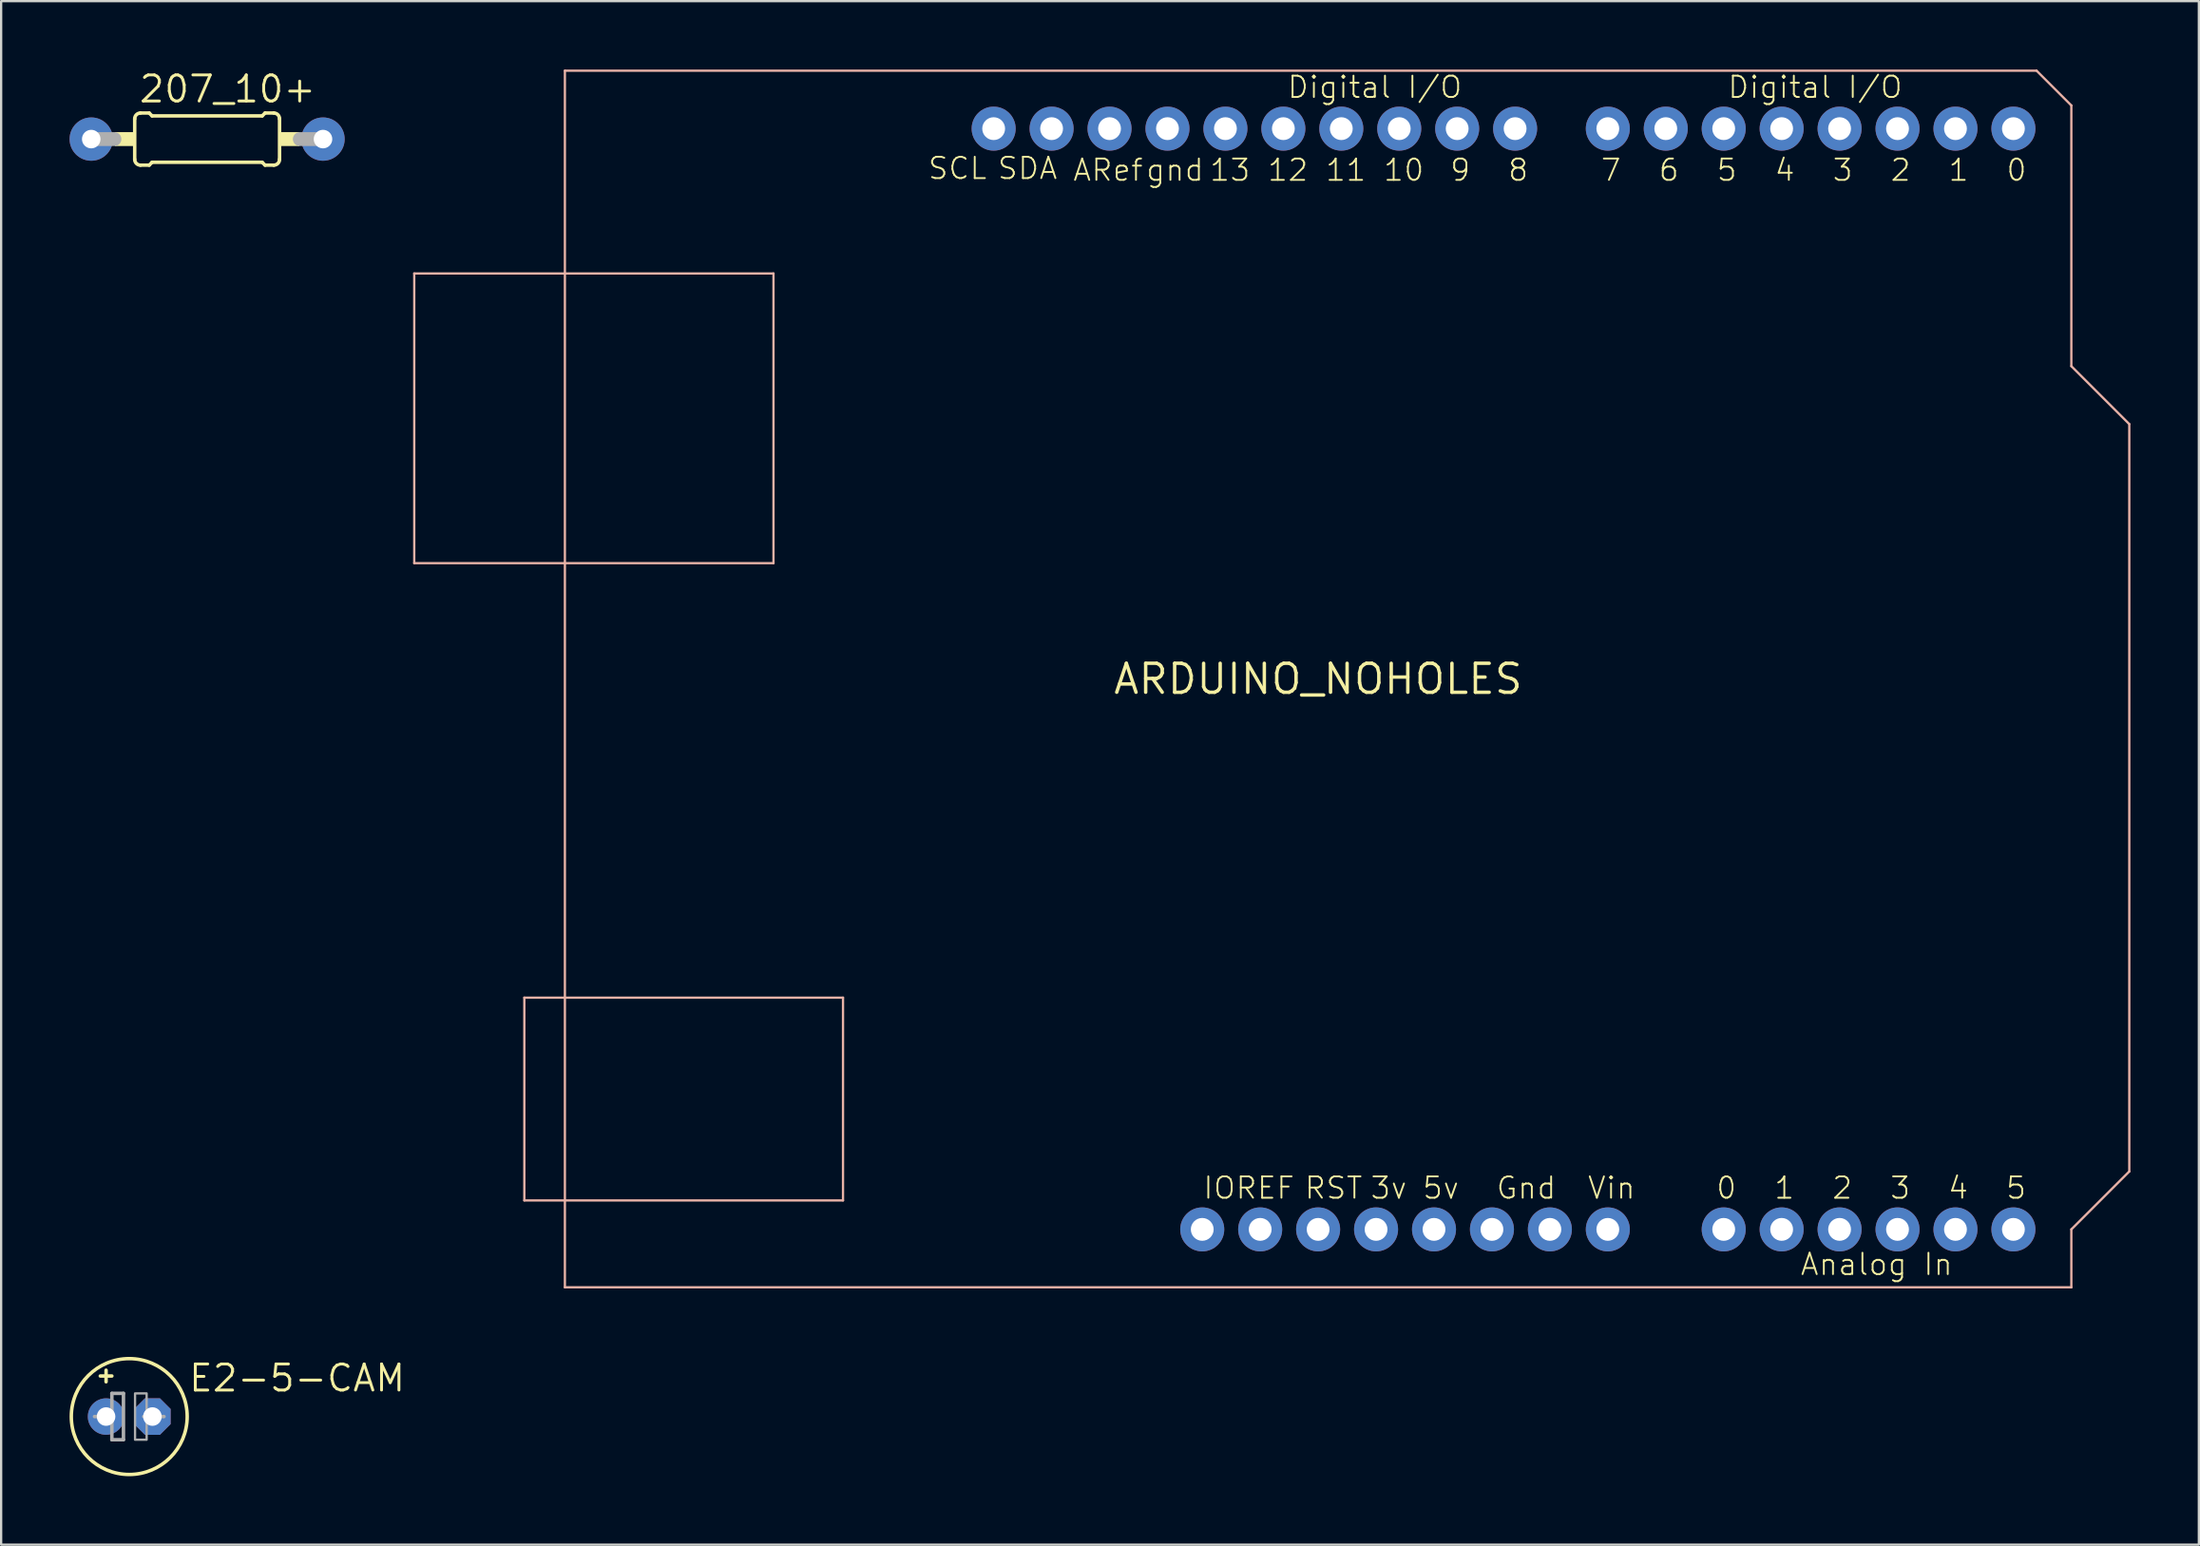
<source format=kicad_pcb>
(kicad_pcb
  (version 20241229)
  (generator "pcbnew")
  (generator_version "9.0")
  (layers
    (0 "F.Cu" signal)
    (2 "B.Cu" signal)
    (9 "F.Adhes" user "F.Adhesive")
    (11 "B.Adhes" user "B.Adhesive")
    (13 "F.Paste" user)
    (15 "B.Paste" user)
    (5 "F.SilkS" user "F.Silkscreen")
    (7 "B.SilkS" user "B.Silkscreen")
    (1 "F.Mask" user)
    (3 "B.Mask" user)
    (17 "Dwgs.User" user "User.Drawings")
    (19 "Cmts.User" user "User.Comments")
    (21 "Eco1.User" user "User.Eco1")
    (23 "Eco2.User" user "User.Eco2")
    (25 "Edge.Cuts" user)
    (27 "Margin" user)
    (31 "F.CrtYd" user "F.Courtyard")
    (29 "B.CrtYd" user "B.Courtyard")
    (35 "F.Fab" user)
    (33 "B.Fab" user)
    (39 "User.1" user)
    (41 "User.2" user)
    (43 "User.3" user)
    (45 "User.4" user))
  (footprint "207_10+"
    (layer "F.Cu")
    (at 6.03 3.048)
    (property "Reference" "207_10+" (at -3.048 -1.524 0) (layer "F.SilkS") (effects (font (size 1.143 1.143) (thickness 0.127)) (justify left bottom)))
    (fp_line (start -3.175 0.889) (end -3.175 -0.889) (stroke (width 0.152) (type solid)) (layer "F.SilkS"))
    (fp_line (start -2.921 -1.143) (end -2.54 -1.143) (stroke (width 0.152) (type solid)) (layer "F.SilkS"))
    (fp_line (start -2.921 1.143) (end -2.54 1.143) (stroke (width 0.152) (type solid)) (layer "F.SilkS"))
    (fp_line (start -2.413 -1.016) (end -2.54 -1.143) (stroke (width 0.152) (type solid)) (layer "F.SilkS"))
    (fp_line (start -2.413 1.016) (end -2.54 1.143) (stroke (width 0.152) (type solid)) (layer "F.SilkS"))
    (fp_line (start 2.413 -1.016) (end -2.413 -1.016) (stroke (width 0.152) (type solid)) (layer "F.SilkS"))
    (fp_line (start 2.413 -1.016) (end 2.54 -1.143) (stroke (width 0.152) (type solid)) (layer "F.SilkS"))
    (fp_line (start 2.413 1.016) (end -2.413 1.016) (stroke (width 0.152) (type solid)) (layer "F.SilkS"))
    (fp_line (start 2.413 1.016) (end 2.54 1.143) (stroke (width 0.152) (type solid)) (layer "F.SilkS"))
    (fp_line (start 2.921 -1.143) (end 2.54 -1.143) (stroke (width 0.152) (type solid)) (layer "F.SilkS"))
    (fp_line (start 2.921 1.143) (end 2.54 1.143) (stroke (width 0.152) (type solid)) (layer "F.SilkS"))
    (fp_line (start 3.175 0.889) (end 3.175 -0.889) (stroke (width 0.152) (type solid)) (layer "F.SilkS"))
    (fp_arc (start -3.175 -0.889) (mid -3.100605 -1.068605) (end -2.921 -1.143) (stroke (width 0.1524) (type solid)) (layer "F.SilkS"))
    (fp_arc (start -2.921 1.143) (mid -3.100605 1.068605) (end -3.175 0.889) (stroke (width 0.1524) (type solid)) (layer "F.SilkS"))
    (fp_arc (start 2.921 -1.143) (mid 3.100605 -1.068605) (end 3.175 -0.889) (stroke (width 0.1524) (type solid)) (layer "F.SilkS"))
    (fp_arc (start 3.175 0.889) (mid 3.100605 1.068605) (end 2.921 1.143) (stroke (width 0.1524) (type solid)) (layer "F.SilkS"))
    (fp_poly (pts (xy -4.039 0.305) (xy -3.175 0.305) (xy -3.175 -0.305) (xy -4.039 -0.305)) (stroke (width 0) (type default)) (fill yes) (layer "F.SilkS"))
    (fp_poly (pts (xy 3.175 0.305) (xy 4.039 0.305) (xy 4.039 -0.305) (xy 3.175 -0.305)) (stroke (width 0) (type default)) (fill yes) (layer "F.SilkS"))
    (fp_line (start -5.08 0) (end -4.064 0) (stroke (width 0.61) (type solid)) (layer "F.Fab"))
    (fp_line (start 5.08 0) (end 4.064 0) (stroke (width 0.61) (type solid)) (layer "F.Fab"))
    (pad "1" thru_hole circle (at -5.08 0) (size 1.9 1.9) (drill 0.813) (layers "*.Cu" "*.Mask"))
    (pad "2" thru_hole circle (at 5.08 0) (size 1.9 1.9) (drill 0.813) (layers "*.Cu" "*.Mask")))
  (footprint "E2-5-CAM"
    (layer "F.Cu")
    (at 2.616 59.056)
    (property "Reference" "E2-5-CAM" (at 2.54 -1.016 0) (layer "F.SilkS") (effects (font (size 1.143 1.143) (thickness 0.127)) (justify left bottom)))
    (fp_line (start -1.27 -1.778) (end -0.762 -1.778) (stroke (width 0.152) (type solid)) (layer "F.SilkS"))
    (fp_line (start -1.016 -1.524) (end -1.016 -2.032) (stroke (width 0.152) (type solid)) (layer "F.SilkS"))
    (fp_circle (center 0 0) (end 2.54 0) (stroke (width 0.152) (type solid)) (fill no) (layer "F.SilkS"))
    (fp_line (start -1.524 0) (end -0.762 0) (stroke (width 0.152) (type solid)) (layer "F.Fab"))
    (fp_line (start -0.762 -1.016) (end -0.762 0) (stroke (width 0.152) (type solid)) (layer "F.Fab"))
    (fp_line (start -0.762 0) (end -0.762 1.016) (stroke (width 0.152) (type solid)) (layer "F.Fab"))
    (fp_line (start -0.762 1.016) (end -0.254 1.016) (stroke (width 0.152) (type solid)) (layer "F.Fab"))
    (fp_line (start -0.254 -1.016) (end -0.762 -1.016) (stroke (width 0.152) (type solid)) (layer "F.Fab"))
    (fp_line (start -0.254 1.016) (end -0.254 -1.016) (stroke (width 0.152) (type solid)) (layer "F.Fab"))
    (fp_line (start 0.635 0) (end 1.524 0) (stroke (width 0.152) (type solid)) (layer "F.Fab"))
    (fp_poly (pts (xy 0.254 1.016) (xy 0.762 1.016) (xy 0.762 -1.016) (xy 0.254 -1.016)) (stroke (width 0.1) (type default)) (fill no) (layer "F.Fab"))
    (pad "+" thru_hole circle (at -1.016 0) (size 1.6 1.6) (drill 0.813) (layers "*.Cu" "*.Mask"))
    (pad "-" thru_hole roundrect (at 1.016 0) (size 1.6 1.6) (drill 0.813) (layers "*.Cu" "*.Mask") (roundrect_rratio 0.25) (chamfer_ratio 0.293) (chamfer top_left top_right bottom_left bottom_right)))
  (footprint "ARDUINO_NOHOLES"
    (layer "F.Cu")
    (at 54.734 26.72)
    (property "Reference" "ARDUINO_NOHOLES" (at 0 0 0) (layer "F.SilkS") (effects (font (size 1.27 1.27) (thickness 0.15))))
    (fp_line (start -39.624 -17.78) (end -39.624 -5.08) (stroke (width 0.1) (type solid)) (layer "B.SilkS"))
    (fp_line (start -39.624 -5.08) (end -23.876 -5.08) (stroke (width 0.1) (type solid)) (layer "B.SilkS"))
    (fp_line (start -34.798 13.97) (end -34.798 22.86) (stroke (width 0.1) (type solid)) (layer "B.SilkS"))
    (fp_line (start -34.798 22.86) (end -20.828 22.86) (stroke (width 0.1) (type solid)) (layer "B.SilkS"))
    (fp_line (start -33.02 -26.67) (end -33.02 26.67) (stroke (width 0.1) (type solid)) (layer "B.SilkS"))
    (fp_line (start -33.02 26.67) (end 33.02 26.67) (stroke (width 0.1) (type solid)) (layer "B.SilkS"))
    (fp_line (start -23.876 -17.78) (end -39.624 -17.78) (stroke (width 0.1) (type solid)) (layer "B.SilkS"))
    (fp_line (start -23.876 -5.08) (end -23.876 -17.78) (stroke (width 0.1) (type solid)) (layer "B.SilkS"))
    (fp_line (start -20.828 13.97) (end -34.798 13.97) (stroke (width 0.1) (type solid)) (layer "B.SilkS"))
    (fp_line (start -20.828 22.86) (end -20.828 13.97) (stroke (width 0.1) (type solid)) (layer "B.SilkS"))
    (fp_line (start 31.496 -26.67) (end -33.02 -26.67) (stroke (width 0.1) (type solid)) (layer "B.SilkS"))
    (fp_line (start 33.02 -25.146) (end 31.496 -26.67) (stroke (width 0.1) (type solid)) (layer "B.SilkS"))
    (fp_line (start 33.02 -13.716) (end 33.02 -25.146) (stroke (width 0.1) (type solid)) (layer "B.SilkS"))
    (fp_line (start 33.02 24.13) (end 35.56 21.59) (stroke (width 0.1) (type solid)) (layer "B.SilkS"))
    (fp_line (start 33.02 26.67) (end 33.02 24.13) (stroke (width 0.1) (type solid)) (layer "B.SilkS"))
    (fp_line (start 35.56 -11.176) (end 33.02 -13.716) (stroke (width 0.1) (type solid)) (layer "B.SilkS"))
    (fp_line (start 35.56 21.59) (end 35.56 -11.176) (stroke (width 0.1) (type solid)) (layer "B.SilkS"))
    (fp_text user "0" (at 31.115 -22.86 0) (layer "F.SilkS") (effects (font (size 0.935 0.935) (thickness 0.081)) (justify right top)))
    (fp_text user "1" (at 19.939 22.86 0) (layer "F.SilkS") (effects (font (size 0.935 0.935) (thickness 0.081)) (justify left bottom)))
    (fp_text user "3" (at 25.019 22.86 0) (layer "F.SilkS") (effects (font (size 0.935 0.935) (thickness 0.081)) (justify left bottom)))
    (fp_text user "Gnd" (at 7.757 22.86 0) (layer "F.SilkS") (effects (font (size 0.935 0.935) (thickness 0.081)) (justify left bottom)))
    (fp_text user "6" (at 15.875 -22.86 0) (layer "F.SilkS") (effects (font (size 0.935 0.935) (thickness 0.081)) (justify right top)))
    (fp_text user "Digital I/O" (at -1.397 -25.4 0) (layer "F.SilkS") (effects (font (size 0.935 0.935) (thickness 0.081)) (justify left bottom)))
    (fp_text user "7" (at 13.335 -22.86 0) (layer "F.SilkS") (effects (font (size 0.935 0.935) (thickness 0.081)) (justify right top)))
    (fp_text user "5" (at 30.099 22.86 0) (layer "F.SilkS") (effects (font (size 0.935 0.935) (thickness 0.081)) (justify left bottom)))
    (fp_text user "ARef" (at -7.62 -22.86 0) (layer "F.SilkS") (effects (font (size 0.935 0.935) (thickness 0.081)) (justify right top)))
    (fp_text user "RST" (at -0.645 22.86 0) (layer "F.SilkS") (effects (font (size 0.935 0.935) (thickness 0.081)) (justify left bottom)))
    (fp_text user "2" (at 26.035 -22.86 0) (layer "F.SilkS") (effects (font (size 0.935 0.935) (thickness 0.081)) (justify right top)))
    (fp_text user "SCL" (at -17.155 -21.844 0) (layer "F.SilkS") (effects (font (size 0.935 0.935) (thickness 0.081)) (justify left bottom)))
    (fp_text user "4" (at 27.559 22.86 0) (layer "F.SilkS") (effects (font (size 0.935 0.935) (thickness 0.081)) (justify left bottom)))
    (fp_text user "Digital I/O" (at 17.907 -25.4 0) (layer "F.SilkS") (effects (font (size 0.935 0.935) (thickness 0.081)) (justify left bottom)))
    (fp_text user "gnd" (at -4.953 -22.86 0) (layer "F.SilkS") (effects (font (size 0.935 0.935) (thickness 0.081)) (justify right top)))
    (fp_text user "1" (at 28.575 -22.86 0) (layer "F.SilkS") (effects (font (size 0.935 0.935) (thickness 0.081)) (justify right top)))
    (fp_text user "9" (at 6.731 -22.86 0) (layer "F.SilkS") (effects (font (size 0.935 0.935) (thickness 0.081)) (justify right top)))
    (fp_text user "IOREF" (at -5.09 22.86 0) (layer "F.SilkS") (effects (font (size 0.935 0.935) (thickness 0.081)) (justify left bottom)))
    (fp_text user "3" (at 23.495 -22.86 0) (layer "F.SilkS") (effects (font (size 0.935 0.935) (thickness 0.081)) (justify right top)))
    (fp_text user "13" (at -2.921 -22.86 0) (layer "F.SilkS") (effects (font (size 0.935 0.935) (thickness 0.081)) (justify right top)))
    (fp_text user "5v" (at 4.526 22.86 0) (layer "F.SilkS") (effects (font (size 0.935 0.935) (thickness 0.081)) (justify left bottom)))
    (fp_text user "Analog In" (at 21.092 26.208 0) (layer "F.SilkS") (effects (font (size 0.935 0.935) (thickness 0.081)) (justify left bottom)))
    (fp_text user "Vin" (at 11.765 22.86 0) (layer "F.SilkS") (effects (font (size 0.935 0.935) (thickness 0.081)) (justify left bottom)))
    (fp_text user "0" (at 17.399 22.86 0) (layer "F.SilkS") (effects (font (size 0.935 0.935) (thickness 0.081)) (justify left bottom)))
    (fp_text user "11" (at 2.159 -22.86 0) (layer "F.SilkS") (effects (font (size 0.935 0.935) (thickness 0.081)) (justify right top)))
    (fp_text user "8" (at 9.271 -22.86 0) (layer "F.SilkS") (effects (font (size 0.935 0.935) (thickness 0.081)) (justify right top)))
    (fp_text user "3v" (at 2.24 22.86 0) (layer "F.SilkS") (effects (font (size 0.935 0.935) (thickness 0.081)) (justify left bottom)))
    (fp_text user "SDA" (at -14.107 -21.844 0) (layer "F.SilkS") (effects (font (size 0.935 0.935) (thickness 0.081)) (justify left bottom)))
    (fp_text user "10" (at 4.699 -22.86 0) (layer "F.SilkS") (effects (font (size 0.935 0.935) (thickness 0.081)) (justify right top)))
    (fp_text user "4" (at 20.955 -22.86 0) (layer "F.SilkS") (effects (font (size 0.935 0.935) (thickness 0.081)) (justify right top)))
    (fp_text user "5" (at 18.415 -22.86 0) (layer "F.SilkS") (effects (font (size 0.935 0.935) (thickness 0.081)) (justify right top)))
    (fp_text user "2" (at 22.479 22.86 0) (layer "F.SilkS") (effects (font (size 0.935 0.935) (thickness 0.081)) (justify left bottom)))
    (fp_text user "12" (at -0.381 -22.86 0) (layer "F.SilkS") (effects (font (size 0.935 0.935) (thickness 0.081)) (justify right top)))
    (pad "!KNOW1" thru_hole circle (at -5.08 24.13) (size 1.93 1.93) (drill 1) (layers "*.Cu" "*.Mask"))
    (pad "3V" thru_hole circle (at 2.54 24.13) (size 1.93 1.93) (drill 1) (layers "*.Cu" "*.Mask"))
    (pad "5V" thru_hole circle (at 5.08 24.13) (size 1.93 1.93) (drill 1) (layers "*.Cu" "*.Mask"))
    (pad "A0" thru_hole circle (at 17.78 24.13) (size 1.93 1.93) (drill 1) (layers "*.Cu" "*.Mask"))
    (pad "A1" thru_hole circle (at 20.32 24.13) (size 1.93 1.93) (drill 1) (layers "*.Cu" "*.Mask"))
    (pad "A2" thru_hole circle (at 22.86 24.13) (size 1.93 1.93) (drill 1) (layers "*.Cu" "*.Mask"))
    (pad "A3" thru_hole circle (at 25.4 24.13) (size 1.93 1.93) (drill 1) (layers "*.Cu" "*.Mask"))
    (pad "A4" thru_hole circle (at 27.94 24.13) (size 1.93 1.93) (drill 1) (layers "*.Cu" "*.Mask"))
    (pad "A5" thru_hole circle (at 30.48 24.13) (size 1.93 1.93) (drill 1) (layers "*.Cu" "*.Mask"))
    (pad "AREF" thru_hole circle (at -9.144 -24.13) (size 1.93 1.93) (drill 1) (layers "*.Cu" "*.Mask"))
    (pad "D0" thru_hole circle (at 30.48 -24.13) (size 1.93 1.93) (drill 1) (layers "*.Cu" "*.Mask"))
    (pad "D1" thru_hole circle (at 27.94 -24.13) (size 1.93 1.93) (drill 1) (layers "*.Cu" "*.Mask"))
    (pad "D2" thru_hole circle (at 25.4 -24.13) (size 1.93 1.93) (drill 1) (layers "*.Cu" "*.Mask"))
    (pad "D3" thru_hole circle (at 22.86 -24.13) (size 1.93 1.93) (drill 1) (layers "*.Cu" "*.Mask"))
    (pad "D4" thru_hole circle (at 20.32 -24.13) (size 1.93 1.93) (drill 1) (layers "*.Cu" "*.Mask"))
    (pad "D5" thru_hole circle (at 17.78 -24.13) (size 1.93 1.93) (drill 1) (layers "*.Cu" "*.Mask"))
    (pad "D6" thru_hole circle (at 15.24 -24.13) (size 1.93 1.93) (drill 1) (layers "*.Cu" "*.Mask"))
    (pad "D7" thru_hole circle (at 12.7 -24.13) (size 1.93 1.93) (drill 1) (layers "*.Cu" "*.Mask"))
    (pad "D8" thru_hole circle (at 8.636 -24.13) (size 1.93 1.93) (drill 1) (layers "*.Cu" "*.Mask"))
    (pad "D9" thru_hole circle (at 6.096 -24.13) (size 1.93 1.93) (drill 1) (layers "*.Cu" "*.Mask"))
    (pad "D10" thru_hole circle (at 3.556 -24.13) (size 1.93 1.93) (drill 1) (layers "*.Cu" "*.Mask"))
    (pad "D11" thru_hole circle (at 1.016 -24.13) (size 1.93 1.93) (drill 1) (layers "*.Cu" "*.Mask"))
    (pad "D12" thru_hole circle (at -1.524 -24.13) (size 1.93 1.93) (drill 1) (layers "*.Cu" "*.Mask"))
    (pad "D13" thru_hole circle (at -4.064 -24.13) (size 1.93 1.93) (drill 1) (layers "*.Cu" "*.Mask"))
    (pad "GND" thru_hole circle (at -6.604 -24.13) (size 1.93 1.93) (drill 1) (layers "*.Cu" "*.Mask"))
    (pad "GND1" thru_hole circle (at 10.16 24.13) (size 1.93 1.93) (drill 1) (layers "*.Cu" "*.Mask"))
    (pad "GND2" thru_hole circle (at 7.62 24.13) (size 1.93 1.93) (drill 1) (layers "*.Cu" "*.Mask"))
    (pad "IOREF" thru_hole circle (at -2.54 24.13) (size 1.93 1.93) (drill 1) (layers "*.Cu" "*.Mask"))
    (pad "RESET" thru_hole circle (at 0 24.13) (size 1.93 1.93) (drill 1) (layers "*.Cu" "*.Mask"))
    (pad "SCL" thru_hole circle (at -14.224 -24.13) (size 1.93 1.93) (drill 1) (layers "*.Cu" "*.Mask"))
    (pad "SDA" thru_hole circle (at -11.684 -24.13) (size 1.93 1.93) (drill 1) (layers "*.Cu" "*.Mask"))
    (pad "VIN" thru_hole circle (at 12.7 24.13) (size 1.93 1.93) (drill 1) (layers "*.Cu" "*.Mask")))
  (gr_rect
    (start -3 -3)
    (end 93.344 64.672)
    (stroke (width 0.1) (type default))
    (fill no)
    (layer "Edge.Cuts")))
</source>
